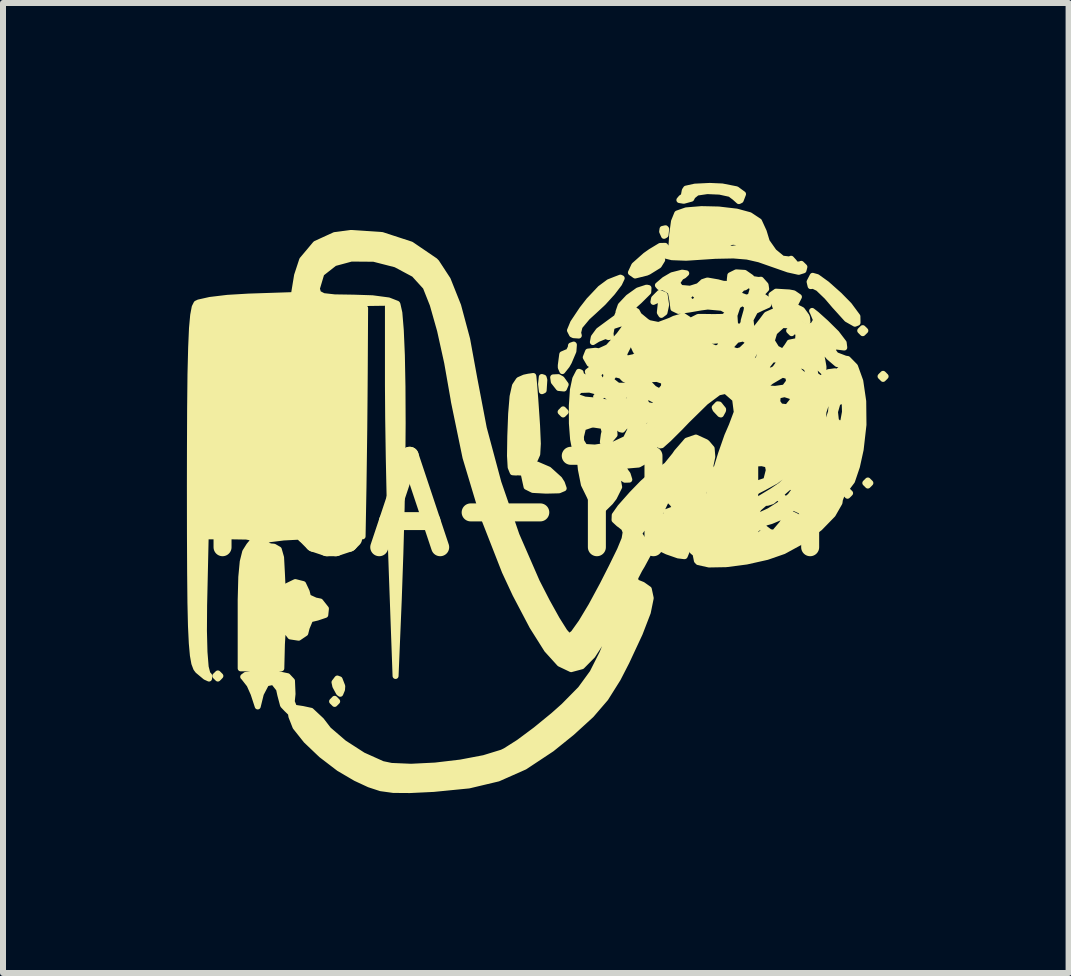
<source format=kicad_pcb>
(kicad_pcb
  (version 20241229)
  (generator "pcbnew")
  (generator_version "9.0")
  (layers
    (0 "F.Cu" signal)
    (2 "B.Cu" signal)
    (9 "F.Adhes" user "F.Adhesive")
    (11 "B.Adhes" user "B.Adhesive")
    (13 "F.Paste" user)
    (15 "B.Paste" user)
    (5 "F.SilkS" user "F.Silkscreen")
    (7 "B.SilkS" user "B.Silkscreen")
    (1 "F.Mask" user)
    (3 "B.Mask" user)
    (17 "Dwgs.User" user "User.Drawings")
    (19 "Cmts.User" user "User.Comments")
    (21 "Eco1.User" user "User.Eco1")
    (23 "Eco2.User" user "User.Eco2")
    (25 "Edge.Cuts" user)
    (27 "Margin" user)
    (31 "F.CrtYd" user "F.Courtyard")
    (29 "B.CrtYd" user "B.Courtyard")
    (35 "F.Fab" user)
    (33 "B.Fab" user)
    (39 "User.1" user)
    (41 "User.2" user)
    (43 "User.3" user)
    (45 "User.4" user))
  (footprint "FCA-TINY"
    (layer "F.Cu")
    (at 5.704 5.384)
    (property "Reference" "FCA-TINY" (at 0 0 0) (layer "F.SilkS") (effects (font (size 1.524 1.524) (thickness 0.3))))
    (attr through_hole)
    (fp_poly (pts (xy -5.08 2.836) (xy -5.122 2.794) (xy -5.165 2.836) (xy -5.122 2.879) (xy -5.08 2.836)) (stroke (width 0.1) (type solid)) (fill yes) (layer "F.SilkS"))
    (fp_poly (pts (xy -3.133 3.26) (xy -3.175 3.217) (xy -3.217 3.26) (xy -3.175 3.302) (xy -3.133 3.26)) (stroke (width 0.1) (type solid)) (fill yes) (layer "F.SilkS"))
    (fp_poly (pts (xy 0.677 -1.566) (xy 0.635 -1.609) (xy 0.593 -1.566) (xy 0.635 -1.524) (xy 0.677 -1.566)) (stroke (width 0.1) (type solid)) (fill yes) (layer "F.SilkS"))
    (fp_poly (pts (xy 1.27 -1.82) (xy 1.228 -1.863) (xy 1.185 -1.82) (xy 1.228 -1.778) (xy 1.27 -1.82)) (stroke (width 0.1) (type solid)) (fill yes) (layer "F.SilkS"))
    (fp_poly (pts (xy 4.318 -0.127) (xy 4.276 -0.169) (xy 4.233 -0.127) (xy 4.276 -0.085) (xy 4.318 -0.127)) (stroke (width 0.1) (type solid)) (fill yes) (layer "F.SilkS"))
    (fp_poly (pts (xy 4.487 -2.921) (xy 4.445 -2.963) (xy 4.403 -2.921) (xy 4.445 -2.879) (xy 4.487 -2.921)) (stroke (width 0.1) (type solid)) (fill yes) (layer "F.SilkS"))
    (fp_poly (pts (xy 5.419 -0.212) (xy 5.376 -0.254) (xy 5.334 -0.212) (xy 5.376 -0.169) (xy 5.419 -0.212)) (stroke (width 0.1) (type solid)) (fill yes) (layer "F.SilkS"))
    (fp_poly (pts (xy 5.673 -2.921) (xy 5.63 -2.963) (xy 5.588 -2.921) (xy 5.63 -2.879) (xy 5.673 -2.921)) (stroke (width 0.1) (type solid)) (fill yes) (layer "F.SilkS"))
    (fp_poly (pts (xy 5.757 -0.381) (xy 5.715 -0.423) (xy 5.673 -0.381) (xy 5.715 -0.339) (xy 5.757 -0.381)) (stroke (width 0.1) (type solid)) (fill yes) (layer "F.SilkS"))
    (fp_poly (pts (xy 6.011 -2.159) (xy 5.969 -2.201) (xy 5.927 -2.159) (xy 5.969 -2.117) (xy 6.011 -2.159)) (stroke (width 0.1) (type solid)) (fill yes) (layer "F.SilkS"))
    (fp_poly (pts (xy 0.321 -2.1) (xy 0.31 -2.138) (xy 0.279 -2.148) (xy 0.267 -2.032) (xy 0.281 -1.912) (xy 0.31 -1.926) (xy 0.321 -2.1)) (stroke (width 0.1) (type solid)) (fill yes) (layer "F.SilkS"))
    (fp_poly (pts (xy 2.353 -4.616) (xy 2.342 -4.628) (xy 2.292 -4.617) (xy 2.286 -4.572) (xy 2.317 -4.502) (xy 2.342 -4.516) (xy 2.353 -4.616)) (stroke (width 0.1) (type solid)) (fill yes) (layer "F.SilkS"))
    (fp_poly (pts (xy 0.677 -2.023) (xy 0.61 -2.116) (xy 0.555 -2.146) (xy 0.469 -2.142) (xy 0.479 -2.07) (xy 0.561 -1.966) (xy 0.649 -1.957) (xy 0.677 -2.023)) (stroke (width 0.1) (type solid)) (fill yes) (layer "F.SilkS"))
    (fp_poly (pts (xy 1.913 -2.69) (xy 1.901 -2.715) (xy 1.832 -2.789) (xy 1.807 -2.702) (xy 1.806 -2.671) (xy 1.844 -2.586) (xy 1.878 -2.592) (xy 1.913 -2.69)) (stroke (width 0.1) (type solid)) (fill yes) (layer "F.SilkS"))
    (fp_poly (pts (xy -3.048 3.006) (xy -3.092 2.893) (xy -3.13 2.879) (xy -3.177 2.941) (xy -3.163 3.006) (xy -3.103 3.117) (xy -3.081 3.133) (xy -3.052 3.064) (xy -3.048 3.006)) (stroke (width 0.1) (type solid)) (fill yes) (layer "F.SilkS"))
    (fp_poly (pts (xy 3.302 -1.609) (xy 3.237 -1.69) (xy 3.212 -1.693) (xy 3.162 -1.641) (xy 3.175 -1.609) (xy 3.251 -1.528) (xy 3.265 -1.524) (xy 3.301 -1.59) (xy 3.302 -1.609)) (stroke (width 0.1) (type solid)) (fill yes) (layer "F.SilkS"))
    (fp_poly (pts (xy 4.708 -3.069) (xy 4.702 -3.136) (xy 4.692 -3.163) (xy 4.616 -3.267) (xy 4.526 -3.311) (xy 4.487 -3.27) (xy 4.544 -3.197) (xy 4.616 -3.131) (xy 4.708 -3.069)) (stroke (width 0.1) (type solid)) (fill yes) (layer "F.SilkS"))
    (fp_poly (pts (xy 2.352 -3.35) (xy 2.328 -3.516) (xy 2.243 -3.55) (xy 2.151 -3.458) (xy 2.14 -3.401) (xy 2.203 -3.43) (xy 2.279 -3.449) (xy 2.262 -3.361) (xy 2.247 -3.224) (xy 2.272 -3.184) (xy 2.325 -3.224) (xy 2.352 -3.35)) (stroke (width 0.1) (type solid)) (fill yes) (layer "F.SilkS"))
    (fp_poly (pts (xy 0.814 -2.685) (xy 0.811 -2.689) (xy 0.766 -2.673) (xy 0.762 -2.639) (xy 0.721 -2.56) (xy 0.699 -2.561) (xy 0.62 -2.527) (xy 0.596 -2.344) (xy 0.596 -2.307) (xy 0.622 -2.247) (xy 0.697 -2.341) (xy 0.73 -2.399) (xy 0.806 -2.578) (xy 0.814 -2.685)) (stroke (width 0.1) (type solid)) (fill yes) (layer "F.SilkS"))
    (fp_poly (pts (xy 5.543 -3.054) (xy 5.541 -3.159) (xy 5.402 -3.347) (xy 5.238 -3.514) (xy 5.03 -3.699) (xy 4.87 -3.814) (xy 4.795 -3.835) (xy 4.744 -3.736) (xy 4.761 -3.664) (xy 4.805 -3.669) (xy 4.887 -3.629) (xy 5.034 -3.488) (xy 5.163 -3.337) (xy 5.366 -3.113) (xy 5.5 -3.037) (xy 5.543 -3.054)) (stroke (width 0.1) (type solid)) (fill yes) (layer "F.SilkS"))
    (fp_poly (pts (xy 3.634 -5.198) (xy 3.524 -5.278) (xy 3.286 -5.325) (xy 3.08 -5.334) (xy 2.832 -5.322) (xy 2.684 -5.289) (xy 2.663 -5.257) (xy 2.645 -5.162) (xy 2.604 -5.136) (xy 2.573 -5.099) (xy 2.646 -5.087) (xy 2.771 -5.121) (xy 2.794 -5.165) (xy 2.866 -5.223) (xy 3.037 -5.248) (xy 3.244 -5.239) (xy 3.419 -5.201) (xy 3.495 -5.144) (xy 3.565 -5.081) (xy 3.595 -5.096) (xy 3.634 -5.198)) (stroke (width 0.1) (type solid)) (fill yes) (layer "F.SilkS"))
    (fp_poly (pts (xy 1.611 -3.795) (xy 1.59 -3.805) (xy 1.503 -3.772) (xy 1.397 -3.73) (xy 1.254 -3.624) (xy 1.101 -3.461) (xy 1.101 -3.26) (xy 1.058 -3.217) (xy 1.016 -3.26) (xy 1.058 -3.302) (xy 1.101 -3.26) (xy 1.101 -3.461) (xy 1.069 -3.428) (xy 0.953 -3.279) (xy 0.802 -3.053) (xy 0.749 -2.925) (xy 0.783 -2.859) (xy 0.81 -2.846) (xy 0.896 -2.84) (xy 0.884 -2.887) (xy 0.909 -2.99) (xy 1.039 -3.146) (xy 1.134 -3.232) (xy 1.301 -3.387) (xy 1.456 -3.558) (xy 1.569 -3.706) (xy 1.611 -3.795)) (stroke (width 0.1) (type solid)) (fill yes) (layer "F.SilkS"))
    (fp_poly (pts (xy 0.644 -0.292) (xy 0.614 -0.379) (xy 0.572 -0.445) (xy 0.395 -0.605) (xy 0.202 -0.688) (xy 0.074 -0.727) (xy 0.087 -0.751) (xy 0.098 -0.752) (xy 0.166 -0.777) (xy 0.203 -0.861) (xy 0.213 -1.038) (xy 0.2 -1.34) (xy 0.192 -1.46) (xy 0.17 -1.781) (xy 0.151 -2.026) (xy 0.139 -2.154) (xy 0.137 -2.165) (xy 0.075 -2.156) (xy 0.075 -1.436) (xy 0.063 -1.135) (xy 0.062 -1.124) (xy 0.046 -1.044) (xy 0.034 -1.116) (xy 0.028 -1.325) (xy 0.028 -1.397) (xy 0.032 -1.644) (xy 0.042 -1.766) (xy 0.057 -1.744) (xy 0.061 -1.716) (xy 0.075 -1.436) (xy 0.075 -2.156) (xy 0.059 -2.154) (xy -0.012 -2.139) (xy -0.098 -2.101) (xy -0.098 -1.034) (xy -0.111 -0.953) (xy -0.136 -0.926) (xy -0.149 -1.043) (xy -0.15 -1.101) (xy -0.141 -1.255) (xy -0.119 -1.273) (xy -0.111 -1.249) (xy -0.098 -1.034) (xy -0.098 -2.101) (xy -0.105 -2.097) (xy -0.168 -2.003) (xy -0.208 -1.824) (xy -0.232 -1.533) (xy -0.246 -1.165) (xy -0.251 -0.834) (xy -0.24 -0.643) (xy -0.206 -0.56) (xy -0.143 -0.556) (xy -0.133 -0.56) (xy -0.026 -0.553) (xy 0 -0.432) (xy 0.025 -0.318) (xy 0.129 -0.266) (xy 0.349 -0.254) (xy 0.566 -0.259) (xy 0.644 -0.292)) (stroke (width 0.1) (type solid)) (fill yes) (layer "F.SilkS"))
    (fp_poly (pts (xy 4.657 -3.984) (xy 4.605 -4.035) (xy 4.572 -4.022) (xy 4.494 -4.031) (xy 4.487 -4.064) (xy 4.436 -4.12) (xy 4.406 -4.108) (xy 4.289 -4.122) (xy 4.148 -4.238) (xy 4.03 -4.406) (xy 3.979 -4.574) (xy 3.979 -4.574) (xy 3.901 -4.744) (xy 3.747 -4.846) (xy 3.725 -4.852) (xy 3.725 -4.614) (xy 3.683 -4.572) (xy 3.641 -4.614) (xy 3.641 -4.369) (xy 3.574 -4.305) (xy 3.441 -4.284) (xy 3.343 -4.321) (xy 3.342 -4.322) (xy 3.37 -4.385) (xy 3.466 -4.403) (xy 3.607 -4.389) (xy 3.641 -4.369) (xy 3.641 -4.614) (xy 3.683 -4.657) (xy 3.725 -4.614) (xy 3.725 -4.852) (xy 3.556 -4.898) (xy 3.556 -4.699) (xy 3.514 -4.657) (xy 3.471 -4.699) (xy 3.514 -4.741) (xy 3.556 -4.699) (xy 3.556 -4.898) (xy 3.526 -4.906) (xy 3.387 -4.922) (xy 3.387 -4.784) (xy 3.344 -4.741) (xy 3.302 -4.784) (xy 3.344 -4.826) (xy 3.387 -4.784) (xy 3.387 -4.922) (xy 3.236 -4.94) (xy 3.217 -4.941) (xy 3.217 -4.699) (xy 3.175 -4.657) (xy 3.133 -4.699) (xy 3.175 -4.741) (xy 3.217 -4.699) (xy 3.217 -4.941) (xy 3.048 -4.945) (xy 3.048 -4.614) (xy 3.006 -4.572) (xy 2.963 -4.614) (xy 3.006 -4.657) (xy 3.048 -4.614) (xy 3.048 -4.945) (xy 2.948 -4.947) (xy 2.948 -4.372) (xy 2.935 -4.346) (xy 2.835 -4.336) (xy 2.822 -4.346) (xy 2.834 -4.397) (xy 2.879 -4.403) (xy 2.948 -4.372) (xy 2.948 -4.947) (xy 2.937 -4.947) (xy 2.694 -4.927) (xy 2.694 -4.287) (xy 2.681 -4.262) (xy 2.581 -4.251) (xy 2.568 -4.262) (xy 2.58 -4.312) (xy 2.625 -4.318) (xy 2.694 -4.287) (xy 2.694 -4.927) (xy 2.685 -4.926) (xy 2.539 -4.875) (xy 2.536 -4.873) (xy 2.483 -4.742) (xy 2.452 -4.518) (xy 2.449 -4.449) (xy 2.435 -4.256) (xy 2.403 -4.22) (xy 2.385 -4.254) (xy 2.335 -4.335) (xy 2.253 -4.333) (xy 2.096 -4.238) (xy 2.008 -4.176) (xy 1.821 -4.01) (xy 1.765 -3.89) (xy 1.835 -3.841) (xy 2.025 -3.888) (xy 2.061 -3.904) (xy 2.229 -4.008) (xy 2.286 -4.1) (xy 2.214 -4.147) (xy 2.187 -4.149) (xy 2.127 -4.18) (xy 2.139 -4.199) (xy 2.245 -4.208) (xy 2.299 -4.183) (xy 2.449 -4.146) (xy 2.685 -4.137) (xy 2.749 -4.141) (xy 3.173 -4.169) (xy 3.475 -4.175) (xy 3.703 -4.156) (xy 3.904 -4.11) (xy 4.086 -4.046) (xy 4.387 -3.941) (xy 4.562 -3.902) (xy 4.642 -3.927) (xy 4.657 -3.984)) (stroke (width 0.1) (type solid)) (fill yes) (layer "F.SilkS"))
    (fp_poly (pts (xy 3.122 -0.82) (xy 3.111 -0.957) (xy 3.048 -1.031) (xy 3.048 -0.889) (xy 3.006 -0.847) (xy 2.963 -0.889) (xy 2.963 -0.72) (xy 2.921 -0.677) (xy 2.879 -0.72) (xy 2.921 -0.762) (xy 2.963 -0.72) (xy 2.963 -0.889) (xy 3.006 -0.931) (xy 3.048 -0.889) (xy 3.048 -1.031) (xy 3.032 -1.049) (xy 3.014 -1.063) (xy 2.848 -1.139) (xy 2.698 -1.087) (xy 2.604 -0.978) (xy 2.604 -0.175) (xy 2.592 -0.169) (xy 2.525 -0.221) (xy 2.525 0.061) (xy 2.467 0.072) (xy 2.448 0.068) (xy 2.355 0.103) (xy 2.352 0.154) (xy 2.324 0.224) (xy 2.284 0.21) (xy 2.242 0.118) (xy 2.292 0.035) (xy 2.339 -0.063) (xy 2.277 -0.077) (xy 2.15 -0.006) (xy 2.117 0.021) (xy 2.042 0.082) (xy 2.075 0.026) (xy 2.11 -0.021) (xy 2.247 -0.152) (xy 2.371 -0.127) (xy 2.459 -0.038) (xy 2.525 0.061) (xy 2.525 -0.221) (xy 2.515 -0.229) (xy 2.498 -0.254) (xy 2.476 -0.333) (xy 2.488 -0.339) (xy 2.565 -0.279) (xy 2.582 -0.254) (xy 2.604 -0.175) (xy 2.604 -0.978) (xy 2.54 -0.905) (xy 2.54 -0.635) (xy 2.498 -0.593) (xy 2.455 -0.635) (xy 2.498 -0.677) (xy 2.54 -0.635) (xy 2.54 -0.905) (xy 2.529 -0.892) (xy 2.498 -0.846) (xy 2.371 -0.689) (xy 2.371 -0.296) (xy 2.328 -0.254) (xy 2.286 -0.296) (xy 2.328 -0.339) (xy 2.371 -0.296) (xy 2.371 -0.689) (xy 2.362 -0.678) (xy 2.248 -0.595) (xy 2.236 -0.593) (xy 2.134 -0.534) (xy 1.962 -0.382) (xy 1.78 -0.194) (xy 1.587 0.024) (xy 1.495 0.155) (xy 1.492 0.235) (xy 1.563 0.301) (xy 1.584 0.315) (xy 1.651 0.369) (xy 1.678 0.438) (xy 1.659 0.55) (xy 1.583 0.735) (xy 1.444 1.019) (xy 1.292 1.318) (xy 1.105 1.664) (xy 0.938 1.942) (xy 0.808 2.124) (xy 0.734 2.181) (xy 0.659 2.097) (xy 0.53 1.892) (xy 0.366 1.597) (xy 0.196 1.266) (xy -0.143 0.488) (xy -0.445 -0.389) (xy -0.688 -1.295) (xy -0.845 -2.117) (xy -0.966 -2.779) (xy -1.116 -3.338) (xy -1.289 -3.772) (xy -1.477 -4.06) (xy -1.502 -4.086) (xy -1.9 -4.357) (xy -2.384 -4.515) (xy -2.907 -4.55) (xy -3.175 -4.514) (xy -3.492 -4.369) (xy -3.716 -4.102) (xy -3.801 -3.843) (xy -3.855 -3.514) (xy -4.611 -3.489) (xy -4.962 -3.468) (xy -5.254 -3.433) (xy -5.441 -3.391) (xy -5.478 -3.373) (xy -5.508 -3.313) (xy -5.533 -3.18) (xy -5.553 -2.96) (xy -5.567 -2.638) (xy -5.578 -2.2) (xy -5.584 -1.631) (xy -5.587 -0.917) (xy -5.588 -0.334) (xy -5.587 0.462) (xy -5.584 1.106) (xy -5.579 1.614) (xy -5.57 2.003) (xy -5.556 2.291) (xy -5.538 2.493) (xy -5.514 2.626) (xy -5.483 2.708) (xy -5.455 2.746) (xy -5.328 2.852) (xy -5.269 2.879) (xy -5.266 2.833) (xy -5.296 2.799) (xy -5.325 2.686) (xy -5.345 2.437) (xy -5.354 2.082) (xy -5.351 1.654) (xy -5.35 1.613) (xy -5.325 0.508) (xy -4.893 0.508) (xy -4.644 0.512) (xy -4.536 0.534) (xy -4.54 0.589) (xy -4.601 0.663) (xy -4.666 0.767) (xy -4.707 0.931) (xy -4.731 1.187) (xy -4.741 1.568) (xy -4.741 1.764) (xy -4.741 2.709) (xy -4.403 2.709) (xy -4.064 2.709) (xy -4.054 2.307) (xy -4.042 2.106) (xy -4.021 2.027) (xy -4.006 2.053) (xy -3.913 2.177) (xy -3.775 2.198) (xy -3.664 2.123) (xy -3.641 2.032) (xy -3.582 1.891) (xy -3.465 1.863) (xy -3.331 1.818) (xy -3.32 1.714) (xy -3.414 1.595) (xy -3.496 1.578) (xy -3.618 1.522) (xy -3.641 1.43) (xy -3.7 1.304) (xy -3.831 1.271) (xy -3.959 1.333) (xy -4.006 1.418) (xy -4.028 1.427) (xy -4.046 1.296) (xy -4.054 1.122) (xy -4.068 0.86) (xy -4.106 0.727) (xy -4.186 0.681) (xy -4.238 0.677) (xy -4.355 0.645) (xy -4.36 0.593) (xy -4.258 0.556) (xy -4.026 0.527) (xy -3.704 0.51) (xy -3.509 0.508) (xy -2.709 0.508) (xy -2.694 -0.318) (xy -2.688 -0.751) (xy -2.681 -1.279) (xy -2.676 -1.828) (xy -2.673 -2.22) (xy -2.667 -3.297) (xy -3.895 -3.323) (xy -5.122 -3.349) (xy -3.704 -3.368) (xy -2.286 -3.387) (xy -2.286 -2.011) (xy -2.282 -1.461) (xy -2.272 -0.802) (xy -2.257 -0.094) (xy -2.239 0.604) (xy -2.222 1.101) (xy -2.159 2.836) (xy -2.106 1.566) (xy -2.079 0.796) (xy -2.058 0.036) (xy -2.046 -0.695) (xy -2.041 -1.376) (xy -2.044 -1.988) (xy -2.054 -2.513) (xy -2.072 -2.929) (xy -2.096 -3.219) (xy -2.128 -3.362) (xy -2.134 -3.37) (xy -2.275 -3.425) (xy -2.545 -3.461) (xy -2.853 -3.471) (xy -3.175 -3.476) (xy -3.362 -3.497) (xy -3.449 -3.542) (xy -3.471 -3.62) (xy -3.471 -3.624) (xy -3.396 -3.875) (xy -3.177 -4.047) (xy -2.896 -4.123) (xy -2.523 -4.12) (xy -2.156 -4.026) (xy -1.849 -3.862) (xy -1.656 -3.65) (xy -1.539 -3.355) (xy -1.417 -2.924) (xy -1.299 -2.39) (xy -1.193 -1.787) (xy -1.185 -1.736) (xy -0.993 -0.807) (xy -0.702 0.162) (xy -0.337 1.095) (xy -0.161 1.473) (xy 0.123 2.013) (xy 0.365 2.397) (xy 0.577 2.631) (xy 0.768 2.722) (xy 0.947 2.674) (xy 1.124 2.495) (xy 1.232 2.328) (xy 1.362 2.114) (xy 1.456 1.976) (xy 1.483 1.947) (xy 1.466 2.018) (xy 1.395 2.203) (xy 1.286 2.464) (xy 1.284 2.467) (xy 1.125 2.782) (xy 0.926 3.055) (xy 0.646 3.339) (xy 0.473 3.493) (xy 0.177 3.735) (xy -0.104 3.944) (xy -0.326 4.085) (xy -0.383 4.113) (xy -0.686 4.206) (xy -1.076 4.28) (xy -1.499 4.33) (xy -1.901 4.35) (xy -2.229 4.336) (xy -2.377 4.305) (xy -2.702 4.159) (xy -3.02 3.954) (xy -3.278 3.732) (xy -3.397 3.577) (xy -3.568 3.417) (xy -3.707 3.387) (xy -3.85 3.365) (xy -3.89 3.264) (xy -3.877 3.136) (xy -3.886 2.918) (xy -3.959 2.84) (xy -4.107 2.809) (xy -4.307 2.796) (xy -4.508 2.8) (xy -4.656 2.818) (xy -4.699 2.85) (xy -4.689 2.859) (xy -4.593 2.982) (xy -4.526 3.133) (xy -4.457 3.344) (xy -4.405 3.133) (xy -4.314 2.959) (xy -4.196 2.934) (xy -4.102 3.053) (xy -4.08 3.154) (xy -4.035 3.323) (xy -3.974 3.387) (xy -3.904 3.455) (xy -3.895 3.513) (xy -3.827 3.686) (xy -3.649 3.91) (xy -3.396 4.151) (xy -3.102 4.376) (xy -2.824 4.539) (xy -2.598 4.644) (xy -2.406 4.707) (xy -2.196 4.736) (xy -1.919 4.738) (xy -1.524 4.719) (xy -1.524 4.719) (xy -0.936 4.661) (xy -0.448 4.545) (xy -0.006 4.349) (xy 0.444 4.051) (xy 0.781 3.779) (xy 1.103 3.485) (xy 1.341 3.208) (xy 1.546 2.882) (xy 1.691 2.6) (xy 1.912 2.126) (xy 2.046 1.778) (xy 2.095 1.538) (xy 2.063 1.389) (xy 1.96 1.316) (xy 1.85 1.272) (xy 1.833 1.205) (xy 1.907 1.062) (xy 1.948 0.994) (xy 2.049 0.807) (xy 2.057 0.691) (xy 1.98 0.582) (xy 1.898 0.464) (xy 1.952 0.385) (xy 2.028 0.341) (xy 2.155 0.288) (xy 2.177 0.351) (xy 2.156 0.448) (xy 2.148 0.602) (xy 2.247 0.704) (xy 2.367 0.761) (xy 2.553 0.826) (xy 2.658 0.839) (xy 2.662 0.837) (xy 2.701 0.741) (xy 2.771 0.516) (xy 2.863 0.198) (xy 2.966 -0.178) (xy 3.071 -0.577) (xy 3.072 -0.582) (xy 3.122 -0.82)) (stroke (width 0.1) (type solid)) (fill yes) (layer "F.SilkS"))
    (fp_poly (pts (xy 5.642 -1.352) (xy 5.638 -1.744) (xy 5.589 -2.079) (xy 5.588 -2.083) (xy 5.588 -1.651) (xy 5.546 -1.609) (xy 5.503 -1.651) (xy 5.546 -1.693) (xy 5.588 -1.651) (xy 5.588 -2.083) (xy 5.573 -2.125) (xy 5.573 -1.832) (xy 5.56 -1.806) (xy 5.459 -1.796) (xy 5.447 -1.806) (xy 5.459 -1.857) (xy 5.503 -1.863) (xy 5.573 -1.832) (xy 5.573 -2.125) (xy 5.501 -2.325) (xy 5.404 -2.424) (xy 5.404 -1.154) (xy 5.39 -1.129) (xy 5.29 -1.119) (xy 5.278 -1.129) (xy 5.289 -1.179) (xy 5.334 -1.185) (xy 5.404 -1.154) (xy 5.404 -2.424) (xy 5.38 -2.448) (xy 5.337 -2.455) (xy 5.334 -2.456) (xy 5.334 -1.566) (xy 5.305 -1.407) (xy 5.249 -1.355) (xy 5.183 -1.422) (xy 5.167 -1.567) (xy 5.206 -1.703) (xy 5.221 -1.722) (xy 5.298 -1.772) (xy 5.33 -1.694) (xy 5.334 -1.566) (xy 5.334 -2.456) (xy 5.322 -2.461) (xy 5.322 -2.352) (xy 5.299 -2.306) (xy 5.204 -2.235) (xy 5.165 -2.244) (xy 5.112 -2.236) (xy 5.112 -1.707) (xy 5.101 -1.566) (xy 5.065 -1.457) (xy 5.065 -1.239) (xy 5.059 -1.228) (xy 5.059 -0.344) (xy 5.048 -0.339) (xy 4.988 -0.385) (xy 4.988 -0.138) (xy 4.922 -0.129) (xy 4.828 -0.21) (xy 4.819 -0.227) (xy 4.819 0.004) (xy 4.81 0.045) (xy 4.747 0.019) (xy 4.704 -0.06) (xy 4.679 -0.159) (xy 4.741 -0.118) (xy 4.752 -0.107) (xy 4.819 0.004) (xy 4.819 -0.227) (xy 4.773 -0.316) (xy 4.811 -0.339) (xy 4.935 -0.276) (xy 4.956 -0.248) (xy 4.988 -0.138) (xy 4.988 -0.385) (xy 4.97 -0.398) (xy 4.953 -0.423) (xy 4.931 -0.502) (xy 4.943 -0.508) (xy 5.02 -0.448) (xy 5.038 -0.423) (xy 5.059 -0.344) (xy 5.059 -1.228) (xy 5.052 -1.214) (xy 4.951 -1.203) (xy 4.939 -1.214) (xy 4.951 -1.264) (xy 4.995 -1.27) (xy 5.065 -1.239) (xy 5.065 -1.457) (xy 5.049 -1.407) (xy 4.997 -1.355) (xy 4.964 -1.425) (xy 4.975 -1.566) (xy 5.026 -1.725) (xy 5.078 -1.778) (xy 5.112 -1.707) (xy 5.112 -2.236) (xy 5.061 -2.23) (xy 5.039 -2.203) (xy 4.928 -2.119) (xy 4.842 -2.18) (xy 4.827 -2.265) (xy 4.842 -2.363) (xy 4.904 -2.307) (xy 4.919 -2.286) (xy 4.974 -2.233) (xy 4.975 -2.321) (xy 4.959 -2.413) (xy 4.908 -2.667) (xy 5.068 -2.48) (xy 5.202 -2.365) (xy 5.295 -2.353) (xy 5.322 -2.352) (xy 5.322 -2.461) (xy 5.183 -2.514) (xy 5.136 -2.578) (xy 5.139 -2.664) (xy 5.211 -2.654) (xy 5.322 -2.64) (xy 5.312 -2.72) (xy 5.192 -2.878) (xy 5.016 -3.052) (xy 4.859 -3.193) (xy 4.786 -3.25) (xy 4.798 -3.228) (xy 4.853 -3.095) (xy 4.809 -3.021) (xy 4.809 -1.541) (xy 4.797 -1.503) (xy 4.767 -1.492) (xy 4.755 -1.609) (xy 4.768 -1.729) (xy 4.797 -1.714) (xy 4.809 -1.541) (xy 4.809 -3.021) (xy 4.801 -3.008) (xy 4.741 -2.992) (xy 4.741 -2.667) (xy 4.734 -2.66) (xy 4.734 -2.17) (xy 4.668 -2.161) (xy 4.654 -2.174) (xy 4.654 0.252) (xy 4.573 0.205) (xy 4.554 0.189) (xy 4.487 0.156) (xy 4.487 0.296) (xy 4.445 0.339) (xy 4.403 0.296) (xy 4.445 0.254) (xy 4.487 0.296) (xy 4.487 0.156) (xy 4.448 0.137) (xy 4.349 0.205) (xy 4.277 0.306) (xy 4.155 0.449) (xy 4.073 0.437) (xy 4.067 0.427) (xy 4 0.377) (xy 3.955 0.449) (xy 3.846 0.531) (xy 3.652 0.56) (xy 3.451 0.534) (xy 3.329 0.464) (xy 3.308 0.423) (xy 3.334 0.442) (xy 3.46 0.455) (xy 3.567 0.417) (xy 3.697 0.377) (xy 3.725 0.426) (xy 3.773 0.451) (xy 3.858 0.387) (xy 4.012 0.279) (xy 4.102 0.254) (xy 4.244 0.194) (xy 4.32 0.124) (xy 4.471 0.027) (xy 4.6 0.087) (xy 4.644 0.175) (xy 4.654 0.252) (xy 4.654 -2.174) (xy 4.642 -2.184) (xy 4.642 -1.324) (xy 4.628 -1.298) (xy 4.528 -1.288) (xy 4.516 -1.298) (xy 4.527 -1.349) (xy 4.572 -1.355) (xy 4.642 -1.324) (xy 4.642 -2.184) (xy 4.574 -2.242) (xy 4.519 -2.348) (xy 4.557 -2.371) (xy 4.681 -2.308) (xy 4.702 -2.28) (xy 4.734 -2.17) (xy 4.734 -2.66) (xy 4.699 -2.625) (xy 4.657 -2.667) (xy 4.699 -2.709) (xy 4.741 -2.667) (xy 4.741 -2.992) (xy 4.688 -2.978) (xy 4.569 -3.056) (xy 4.558 -3.074) (xy 4.558 -2.846) (xy 4.549 -2.74) (xy 4.504 -2.741) (xy 4.487 -2.738) (xy 4.487 -0.253) (xy 4.421 -0.162) (xy 4.263 -0.036) (xy 4.073 0.085) (xy 3.909 0.161) (xy 3.863 0.169) (xy 3.847 0.118) (xy 3.896 0.04) (xy 3.999 -0.049) (xy 4.041 -0.051) (xy 4.12 -0.076) (xy 4.24 -0.176) (xy 4.399 -0.314) (xy 4.474 -0.32) (xy 4.487 -0.253) (xy 4.487 -2.738) (xy 4.468 -2.734) (xy 4.468 -1.762) (xy 4.412 -1.693) (xy 4.412 -0.544) (xy 4.404 -0.471) (xy 4.264 -0.343) (xy 4.116 -0.243) (xy 3.862 -0.089) (xy 3.718 -0.017) (xy 3.654 -0.016) (xy 3.641 -0.071) (xy 3.71 -0.147) (xy 3.885 -0.256) (xy 3.978 -0.304) (xy 4.183 -0.416) (xy 4.304 -0.509) (xy 4.317 -0.534) (xy 4.372 -0.563) (xy 4.412 -0.544) (xy 4.412 -1.693) (xy 4.373 -1.644) (xy 4.256 -1.658) (xy 4.218 -1.712) (xy 4.218 -1.408) (xy 4.205 -1.383) (xy 4.105 -1.373) (xy 4.092 -1.383) (xy 4.104 -1.433) (xy 4.149 -1.439) (xy 4.218 -1.408) (xy 4.218 -1.712) (xy 4.204 -1.732) (xy 4.214 -1.838) (xy 4.328 -1.863) (xy 4.453 -1.823) (xy 4.468 -1.762) (xy 4.468 -2.734) (xy 4.409 -2.722) (xy 4.403 -2.711) (xy 4.403 -2.413) (xy 4.403 -2.074) (xy 4.328 -1.973) (xy 4.17 -1.95) (xy 4.064 -1.956) (xy 4.064 -0.595) (xy 4.02 -0.422) (xy 3.874 -0.373) (xy 3.733 -0.397) (xy 3.61 -0.449) (xy 3.643 -0.512) (xy 3.655 -0.52) (xy 3.716 -0.612) (xy 3.683 -0.656) (xy 3.594 -0.773) (xy 3.583 -0.889) (xy 3.643 -0.931) (xy 3.746 -0.863) (xy 3.781 -0.799) (xy 3.881 -0.708) (xy 3.948 -0.712) (xy 4.045 -0.688) (xy 4.064 -0.595) (xy 4.064 -1.956) (xy 4.012 -1.959) (xy 4.007 -2.001) (xy 4.101 -2.077) (xy 4.29 -2.188) (xy 4.386 -2.163) (xy 4.403 -2.074) (xy 4.403 -2.413) (xy 4.36 -2.371) (xy 4.318 -2.413) (xy 4.36 -2.455) (xy 4.403 -2.413) (xy 4.403 -2.711) (xy 4.368 -2.657) (xy 4.301 -2.568) (xy 4.233 -2.603) (xy 4.233 -2.38) (xy 4.166 -2.287) (xy 4.111 -2.257) (xy 4.025 -2.261) (xy 4.035 -2.333) (xy 4.117 -2.437) (xy 4.205 -2.446) (xy 4.233 -2.38) (xy 4.233 -2.603) (xy 4.192 -2.624) (xy 4.113 -2.751) (xy 4.156 -2.893) (xy 4.29 -3.015) (xy 4.444 -3.008) (xy 4.55 -2.879) (xy 4.558 -2.846) (xy 4.558 -3.074) (xy 4.487 -3.193) (xy 4.486 -3.333) (xy 4.507 -3.368) (xy 4.566 -3.484) (xy 4.478 -3.544) (xy 4.403 -3.558) (xy 4.318 -3.563) (xy 4.318 -3.429) (xy 4.276 -3.387) (xy 4.233 -3.429) (xy 4.276 -3.471) (xy 4.318 -3.429) (xy 4.318 -3.563) (xy 4.185 -3.571) (xy 4.108 -3.517) (xy 4.149 -3.385) (xy 4.198 -3.258) (xy 4.141 -3.237) (xy 4.138 -3.237) (xy 4.027 -3.188) (xy 3.947 -3.081) (xy 3.947 -2.611) (xy 3.891 -2.447) (xy 3.819 -2.388) (xy 3.745 -2.391) (xy 3.776 -2.466) (xy 3.848 -2.605) (xy 3.862 -2.646) (xy 3.892 -2.77) (xy 3.925 -2.794) (xy 3.946 -2.722) (xy 3.947 -2.611) (xy 3.947 -3.081) (xy 3.932 -3.062) (xy 3.841 -2.945) (xy 3.777 -2.948) (xy 3.758 -3.103) (xy 3.835 -3.249) (xy 3.946 -3.302) (xy 4.053 -3.35) (xy 4.036 -3.447) (xy 3.958 -3.5) (xy 3.899 -3.539) (xy 3.956 -3.549) (xy 4.02 -3.617) (xy 4.01 -3.683) (xy 3.933 -3.77) (xy 3.892 -3.766) (xy 3.795 -3.781) (xy 3.795 -3.612) (xy 3.759 -3.492) (xy 3.71 -3.477) (xy 3.71 -2.745) (xy 3.707 -2.696) (xy 3.604 -2.598) (xy 3.536 -2.577) (xy 3.438 -2.607) (xy 3.444 -2.675) (xy 3.529 -2.767) (xy 3.641 -2.792) (xy 3.71 -2.745) (xy 3.71 -3.477) (xy 3.704 -3.476) (xy 3.704 -3.329) (xy 3.692 -3.253) (xy 3.646 -3.091) (xy 3.641 -3.041) (xy 3.576 -2.965) (xy 3.557 -2.963) (xy 3.5 -3.035) (xy 3.491 -3.175) (xy 3.544 -3.334) (xy 3.626 -3.387) (xy 3.704 -3.329) (xy 3.704 -3.476) (xy 3.689 -3.471) (xy 3.573 -3.515) (xy 3.556 -3.556) (xy 3.623 -3.636) (xy 3.662 -3.642) (xy 3.708 -3.672) (xy 3.641 -3.733) (xy 3.557 -3.8) (xy 3.614 -3.795) (xy 3.641 -3.788) (xy 3.766 -3.684) (xy 3.795 -3.612) (xy 3.795 -3.781) (xy 3.791 -3.782) (xy 3.769 -3.809) (xy 3.661 -3.884) (xy 3.521 -3.893) (xy 3.422 -3.844) (xy 3.414 -3.775) (xy 3.415 -3.7) (xy 3.307 -3.702) (xy 3.279 -3.709) (xy 3.279 -3.505) (xy 3.166 -3.485) (xy 3.117 -3.498) (xy 3.085 -3.536) (xy 3.168 -3.549) (xy 3.278 -3.534) (xy 3.279 -3.505) (xy 3.279 -3.709) (xy 3.212 -3.727) (xy 3.04 -3.757) (xy 2.964 -3.732) (xy 2.963 -3.729) (xy 2.891 -3.664) (xy 2.879 -3.66) (xy 2.879 -3.471) (xy 2.814 -3.389) (xy 2.794 -3.387) (xy 2.712 -3.451) (xy 2.709 -3.471) (xy 2.774 -3.554) (xy 2.794 -3.556) (xy 2.876 -3.492) (xy 2.879 -3.471) (xy 2.879 -3.66) (xy 2.752 -3.62) (xy 2.592 -3.634) (xy 2.532 -3.717) (xy 2.599 -3.815) (xy 2.646 -3.839) (xy 2.687 -3.877) (xy 2.62 -3.888) (xy 2.451 -3.845) (xy 2.323 -3.77) (xy 2.215 -3.678) (xy 2.242 -3.647) (xy 2.307 -3.643) (xy 2.428 -3.575) (xy 2.455 -3.431) (xy 2.473 -3.291) (xy 2.559 -3.25) (xy 2.731 -3.273) (xy 2.931 -3.308) (xy 3.045 -3.323) (xy 3.048 -3.323) (xy 3.281 -3.302) (xy 3.378 -3.245) (xy 3.387 -3.208) (xy 3.311 -3.15) (xy 3.302 -3.15) (xy 3.302 -2.752) (xy 3.234 -2.639) (xy 3.175 -2.625) (xy 3.062 -2.673) (xy 3.048 -2.714) (xy 3.1 -2.765) (xy 3.133 -2.752) (xy 3.211 -2.758) (xy 3.217 -2.789) (xy 3.248 -2.875) (xy 3.26 -2.879) (xy 3.297 -2.81) (xy 3.302 -2.752) (xy 3.302 -3.15) (xy 3.107 -3.147) (xy 3.09 -3.149) (xy 2.887 -3.15) (xy 2.794 -3.103) (xy 2.793 -3.094) (xy 2.759 -3.068) (xy 2.726 -3.109) (xy 2.64 -3.165) (xy 2.485 -3.119) (xy 2.426 -3.09) (xy 2.371 -3.069) (xy 2.371 -2.582) (xy 2.328 -2.54) (xy 2.32 -2.549) (xy 2.32 -2.076) (xy 2.316 -1.988) (xy 2.268 -1.931) (xy 2.268 -1.311) (xy 2.258 -1.298) (xy 2.207 -1.31) (xy 2.201 -1.355) (xy 2.232 -1.424) (xy 2.258 -1.411) (xy 2.268 -1.311) (xy 2.268 -1.931) (xy 2.246 -1.905) (xy 2.201 -1.928) (xy 2.201 -1.732) (xy 2.146 -1.661) (xy 2.117 -1.666) (xy 2.117 -1.402) (xy 2.057 -1.33) (xy 2.032 -1.312) (xy 1.954 -1.319) (xy 1.947 -1.35) (xy 2.009 -1.436) (xy 2.032 -1.439) (xy 2.114 -1.41) (xy 2.117 -1.402) (xy 2.117 -1.666) (xy 2.044 -1.679) (xy 2.003 -1.732) (xy 2.007 -1.817) (xy 2.079 -1.807) (xy 2.187 -1.75) (xy 2.201 -1.732) (xy 2.201 -1.928) (xy 2.149 -1.956) (xy 2.043 -2.065) (xy 2.089 -2.111) (xy 2.199 -2.117) (xy 2.32 -2.076) (xy 2.32 -2.549) (xy 2.286 -2.582) (xy 2.328 -2.625) (xy 2.371 -2.582) (xy 2.371 -3.069) (xy 2.225 -3.015) (xy 2.201 -3.02) (xy 2.201 -2.715) (xy 2.157 -2.736) (xy 2.095 -2.783) (xy 1.987 -2.88) (xy 1.987 -2.675) (xy 1.942 -2.58) (xy 1.942 -2.195) (xy 1.916 -2.154) (xy 1.857 -2.088) (xy 1.778 -2.043) (xy 1.778 -1.825) (xy 1.755 -1.797) (xy 1.755 -1.27) (xy 1.68 -1.117) (xy 1.471 -1.019) (xy 1.355 -1.001) (xy 1.355 -0.381) (xy 1.312 -0.339) (xy 1.27 -0.381) (xy 1.312 -0.423) (xy 1.355 -0.381) (xy 1.355 -1.001) (xy 1.165 -0.972) (xy 0.995 -0.982) (xy 0.935 -1.079) (xy 0.931 -1.153) (xy 0.968 -1.306) (xy 1.109 -1.354) (xy 1.149 -1.355) (xy 1.302 -1.332) (xy 1.326 -1.238) (xy 1.313 -1.186) (xy 1.297 -1.065) (xy 1.385 -1.065) (xy 1.394 -1.069) (xy 1.492 -1.184) (xy 1.485 -1.301) (xy 1.468 -1.401) (xy 1.49 -1.376) (xy 1.586 -1.278) (xy 1.621 -1.27) (xy 1.665 -1.322) (xy 1.651 -1.355) (xy 1.655 -1.433) (xy 1.683 -1.439) (xy 1.746 -1.369) (xy 1.755 -1.27) (xy 1.755 -1.797) (xy 1.719 -1.753) (xy 1.693 -1.736) (xy 1.615 -1.742) (xy 1.609 -1.773) (xy 1.67 -1.859) (xy 1.693 -1.863) (xy 1.776 -1.834) (xy 1.778 -1.825) (xy 1.778 -2.043) (xy 1.709 -2.003) (xy 1.549 -2.003) (xy 1.506 -2.036) (xy 1.506 -1.724) (xy 1.471 -1.707) (xy 1.353 -1.727) (xy 1.127 -1.76) (xy 0.995 -1.772) (xy 0.869 -1.817) (xy 0.847 -1.863) (xy 0.914 -1.932) (xy 1.075 -1.938) (xy 1.269 -1.886) (xy 1.395 -1.815) (xy 1.506 -1.724) (xy 1.506 -2.036) (xy 1.448 -2.082) (xy 1.439 -2.126) (xy 1.493 -2.197) (xy 1.6 -2.17) (xy 1.654 -2.113) (xy 1.754 -2.076) (xy 1.849 -2.129) (xy 1.942 -2.195) (xy 1.942 -2.58) (xy 1.938 -2.571) (xy 1.819 -2.481) (xy 1.702 -2.456) (xy 1.645 -2.499) (xy 1.666 -2.561) (xy 1.735 -2.697) (xy 1.745 -2.731) (xy 1.767 -2.847) (xy 1.829 -2.845) (xy 1.906 -2.793) (xy 1.987 -2.675) (xy 1.987 -2.88) (xy 1.978 -2.888) (xy 1.947 -2.931) (xy 1.989 -2.957) (xy 2.101 -2.848) (xy 2.127 -2.815) (xy 2.201 -2.715) (xy 2.201 -3.02) (xy 2.068 -3.047) (xy 2.027 -3.071) (xy 1.897 -3.178) (xy 1.863 -3.243) (xy 1.805 -3.274) (xy 1.757 -3.255) (xy 1.745 -3.266) (xy 1.842 -3.361) (xy 1.905 -3.417) (xy 2.054 -3.565) (xy 2.058 -3.632) (xy 2.027 -3.638) (xy 1.883 -3.591) (xy 1.722 -3.476) (xy 1.595 -3.341) (xy 1.558 -3.234) (xy 1.562 -3.225) (xy 1.527 -3.142) (xy 1.399 -3.049) (xy 1.227 -2.922) (xy 1.146 -2.812) (xy 1.131 -2.731) (xy 1.212 -2.781) (xy 1.34 -2.833) (xy 1.391 -2.814) (xy 1.431 -2.821) (xy 1.425 -2.875) (xy 1.445 -2.986) (xy 1.482 -3.003) (xy 1.623 -3.049) (xy 1.688 -3.085) (xy 1.714 -3.072) (xy 1.648 -2.956) (xy 1.609 -2.902) (xy 1.609 -2.328) (xy 1.566 -2.286) (xy 1.524 -2.328) (xy 1.566 -2.371) (xy 1.609 -2.328) (xy 1.609 -2.902) (xy 1.57 -2.849) (xy 1.385 -2.645) (xy 1.355 -2.631) (xy 1.355 -2.413) (xy 1.355 -2.154) (xy 1.313 -2.067) (xy 1.269 -2.075) (xy 1.22 -2.177) (xy 1.231 -2.207) (xy 1.313 -2.282) (xy 1.353 -2.197) (xy 1.355 -2.154) (xy 1.355 -2.413) (xy 1.312 -2.371) (xy 1.27 -2.413) (xy 1.312 -2.455) (xy 1.355 -2.413) (xy 1.355 -2.631) (xy 1.236 -2.577) (xy 1.185 -2.584) (xy 1.185 -2.498) (xy 1.143 -2.455) (xy 1.101 -2.498) (xy 1.143 -2.54) (xy 1.185 -2.498) (xy 1.185 -2.584) (xy 1.174 -2.586) (xy 1.05 -2.572) (xy 1.012 -2.476) (xy 1.075 -2.368) (xy 1.122 -2.342) (xy 1.18 -2.304) (xy 1.117 -2.293) (xy 1.047 -2.239) (xy 1.058 -2.201) (xy 1.052 -2.123) (xy 1.021 -2.117) (xy 0.934 -2.184) (xy 0.926 -2.223) (xy 0.897 -2.235) (xy 0.837 -2.119) (xy 0.798 -1.935) (xy 0.78 -1.669) (xy 0.781 -1.376) (xy 0.801 -1.111) (xy 0.837 -0.926) (xy 0.867 -0.876) (xy 0.915 -0.771) (xy 0.931 -0.607) (xy 0.981 -0.355) (xy 1.063 -0.188) (xy 1.144 -0.021) (xy 1.144 0.084) (xy 1.124 0.153) (xy 1.191 0.134) (xy 1.304 0.054) (xy 1.423 -0.063) (xy 1.482 -0.14) (xy 1.569 -0.314) (xy 1.545 -0.445) (xy 1.513 -0.492) (xy 1.447 -0.586) (xy 1.491 -0.558) (xy 1.524 -0.529) (xy 1.664 -0.436) (xy 1.738 -0.438) (xy 1.71 -0.528) (xy 1.687 -0.558) (xy 1.619 -0.659) (xy 1.675 -0.675) (xy 1.698 -0.672) (xy 1.895 -0.689) (xy 2.058 -0.78) (xy 2.117 -0.893) (xy 2.18 -1.038) (xy 2.214 -1.066) (xy 2.274 -1.074) (xy 2.251 -1.008) (xy 2.276 -1.011) (xy 2.395 -1.117) (xy 2.585 -1.306) (xy 2.702 -1.428) (xy 3.01 -1.73) (xy 3.227 -1.892) (xy 3.345 -1.917) (xy 3.502 -1.78) (xy 3.53 -1.562) (xy 3.447 -1.34) (xy 3.371 -1.164) (xy 3.267 -0.866) (xy 3.151 -0.49) (xy 3.045 -0.115) (xy 2.931 0.324) (xy 2.866 0.626) (xy 2.845 0.814) (xy 2.865 0.914) (xy 2.887 0.937) (xy 3.066 0.977) (xy 3.352 0.972) (xy 3.692 0.928) (xy 4.035 0.851) (xy 4.311 0.755) (xy 4.628 0.582) (xy 4.913 0.367) (xy 5.13 0.144) (xy 5.242 -0.052) (xy 5.249 -0.104) (xy 5.307 -0.258) (xy 5.37 -0.306) (xy 5.451 -0.413) (xy 5.533 -0.656) (xy 5.595 -0.938) (xy 5.642 -1.352)) (stroke (width 0.1) (type solid)) (fill yes) (layer "F.SilkS")))
  (gr_rect
    (start -3 -3)
    (end 14.766 13.172)
    (stroke (width 0.1) (type default))
    (fill no)
    (layer "Edge.Cuts")))
</source>
